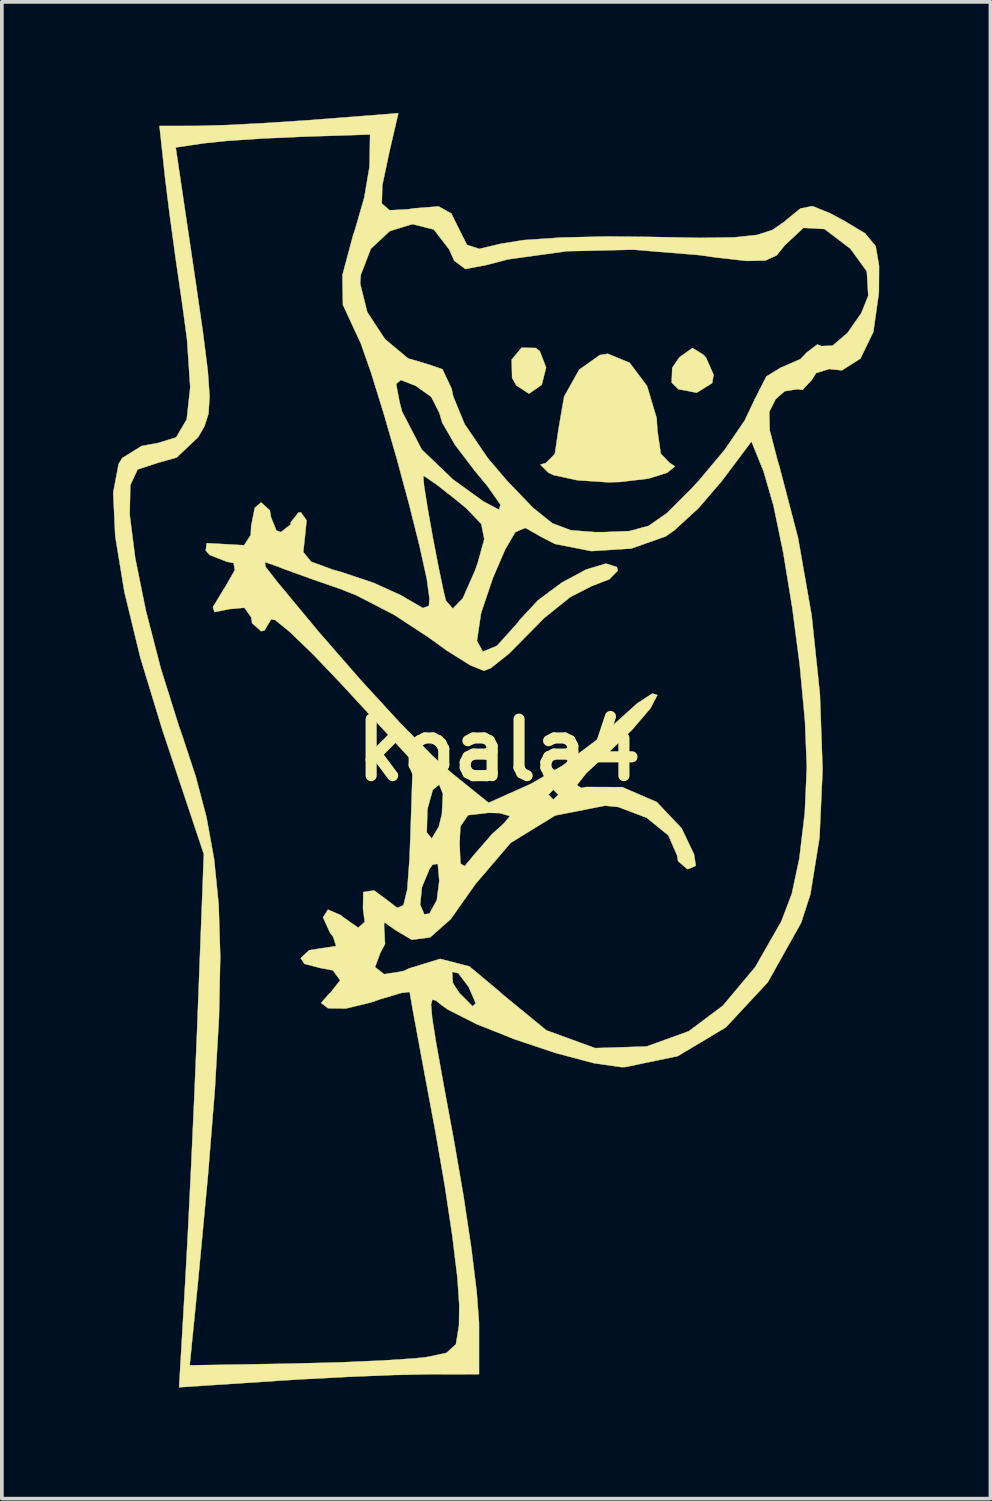
<source format=kicad_pcb>
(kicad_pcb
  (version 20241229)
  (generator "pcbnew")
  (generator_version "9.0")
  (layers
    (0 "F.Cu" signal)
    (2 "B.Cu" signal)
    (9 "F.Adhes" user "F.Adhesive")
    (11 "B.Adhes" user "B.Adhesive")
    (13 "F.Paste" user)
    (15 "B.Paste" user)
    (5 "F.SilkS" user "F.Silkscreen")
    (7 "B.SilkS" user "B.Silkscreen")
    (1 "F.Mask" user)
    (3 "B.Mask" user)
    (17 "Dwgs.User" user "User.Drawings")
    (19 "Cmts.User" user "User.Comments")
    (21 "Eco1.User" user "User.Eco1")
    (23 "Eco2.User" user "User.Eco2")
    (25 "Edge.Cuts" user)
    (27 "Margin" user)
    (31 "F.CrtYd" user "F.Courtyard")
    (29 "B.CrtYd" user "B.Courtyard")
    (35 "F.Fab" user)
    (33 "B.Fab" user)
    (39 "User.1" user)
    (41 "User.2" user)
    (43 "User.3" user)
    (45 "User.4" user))
  (footprint "koala4"
    (layer "F.Cu")
    (at 10.413 17.193)
    (property "Reference" "koala4" (at 0 0 0) (layer "F.SilkS") (effects (font (size 1.524 1.524) (thickness 0.3))))
    (attr through_hole)
    (fp_poly (pts (xy 0.995 -10.852) (xy 1.105 -10.766) (xy 1.275 -10.326) (xy 1.157 -9.858) (xy 0.823 -9.626) (xy 0.802 -9.625) (xy 0.472 -9.84) (xy 0.357 -10.044) (xy 0.346 -10.539) (xy 0.612 -10.859) (xy 0.995 -10.852)) (stroke (width 0.01) (type solid)) (fill yes) (layer "F.SilkS"))
    (fp_poly (pts (xy 5.525 -10.666) (xy 5.594 -10.586) (xy 5.795 -10.128) (xy 5.756 -9.904) (xy 5.339 -9.644) (xy 4.842 -9.74) (xy 4.663 -9.918) (xy 4.679 -10.319) (xy 4.871 -10.6) (xy 5.225 -10.852) (xy 5.525 -10.666)) (stroke (width 0.01) (type solid)) (fill yes) (layer "F.SilkS"))
    (fp_poly (pts (xy 3.529 -10.453) (xy 4 -9.826) (xy 4.257 -8.964) (xy 4.278 -8.63) (xy 4.37 -7.998) (xy 4.609 -7.75) (xy 4.612 -7.75) (xy 4.751 -7.657) (xy 4.545 -7.486) (xy 4.041 -7.327) (xy 3.256 -7.235) (xy 2.941 -7.227) (xy 2.115 -7.282) (xy 1.476 -7.421) (xy 1.337 -7.486) (xy 1.119 -7.703) (xy 1.27 -7.75) (xy 1.511 -7.993) (xy 1.604 -8.621) (xy 1.604 -8.63) (xy 1.761 -9.539) (xy 2.167 -10.266) (xy 2.725 -10.662) (xy 2.941 -10.695) (xy 3.529 -10.453)) (stroke (width 0.01) (type solid)) (fill yes) (layer "F.SilkS"))
    (fp_poly (pts (xy -2.954 -16.147) (xy -3.146 -15.242) (xy -3.159 -14.75) (xy -2.947 -14.569) (xy -2.464 -14.593) (xy -2.279 -14.622) (xy -1.627 -14.673) (xy -1.283 -14.481) (xy -1.088 -14.086) (xy -0.861 -13.636) (xy -0.532 -13.526) (xy 0.054 -13.665) (xy 0.676 -13.765) (xy 1.683 -13.833) (xy 2.927 -13.862) (xy 4.049 -13.85) (xy 5.41 -13.824) (xy 6.346 -13.837) (xy 6.965 -13.903) (xy 7.375 -14.034) (xy 7.686 -14.245) (xy 7.744 -14.296) (xy 8.135 -14.615) (xy 8.461 -14.681) (xy 8.933 -14.491) (xy 9.31 -14.289) (xy 9.883 -13.946) (xy 10.169 -13.601) (xy 10.261 -13.065) (xy 10.256 -12.343) (xy 10.107 -11.287) (xy 9.757 -10.564) (xy 9.257 -10.248) (xy 8.912 -10.284) (xy 8.562 -10.175) (xy 8.446 -9.992) (xy 8.195 -9.72) (xy 8.053 -9.739) (xy 7.713 -9.685) (xy 7.472 -9.475) (xy 7.297 -9.128) (xy 7.31 -8.628) (xy 7.522 -7.815) (xy 7.566 -7.673) (xy 8.074 -5.728) (xy 8.441 -3.636) (xy 8.664 -1.513) (xy 8.737 0.527) (xy 8.653 2.366) (xy 8.408 3.89) (xy 8.157 4.662) (xy 7.256 6.268) (xy 6.127 7.482) (xy 4.826 8.26) (xy 3.411 8.554) (xy 3.307 8.556) (xy 2.57 8.451) (xy 1.548 8.18) (xy 0.426 7.805) (xy -0.609 7.392) (xy -1.372 7.005) (xy -1.537 6.889) (xy -1.693 6.764) (xy -1.794 6.731) (xy -1.831 6.862) (xy -1.8 7.228) (xy -1.693 7.901) (xy -1.505 8.951) (xy -1.228 10.451) (xy -1.203 10.587) (xy -0.952 12.046) (xy -0.743 13.44) (xy -0.598 14.622) (xy -0.536 15.447) (xy -0.535 15.525) (xy -0.535 16.844) (xy -1.938 16.846) (xy -2.844 16.865) (xy -4.074 16.915) (xy -5.417 16.986) (xy -5.986 17.022) (xy -8.63 17.197) (xy -8.46 14.28) (xy -8.387 12.921) (xy -8.304 11.22) (xy -8.22 9.369) (xy -8.144 7.561) (xy -8.126 7.085) (xy -7.962 2.807) (xy -9.078 -0.535) (xy -9.677 -2.5) (xy -10.106 -4.269) (xy -10.353 -5.773) (xy -10.38 -6.355) (xy -9.963 -6.355) (xy -9.814 -5.184) (xy -9.525 -3.757) (xy -9.122 -2.199) (xy -8.629 -0.63) (xy -8.548 -0.401) (xy -8.177 0.724) (xy -7.89 1.814) (xy -7.685 2.94) (xy -7.562 4.168) (xy -7.519 5.567) (xy -7.553 7.205) (xy -7.664 9.151) (xy -7.85 11.472) (xy -8.109 14.237) (xy -8.189 15.053) (xy -8.344 16.603) (xy -5.576 16.557) (xy -4.31 16.524) (xy -3.154 16.474) (xy -2.272 16.416) (xy -1.938 16.379) (xy -1.414 16.267) (xy -1.159 16.035) (xy -1.076 15.525) (xy -1.069 14.978) (xy -1.12 14.229) (xy -1.257 13.103) (xy -1.461 11.747) (xy -1.711 10.306) (xy -1.738 10.16) (xy -1.983 8.854) (xy -2.187 7.752) (xy -2.334 6.952) (xy -2.403 6.552) (xy -2.406 6.527) (xy -2.63 6.553) (xy -3.192 6.721) (xy -3.469 6.815) (xy -4.128 6.974) (xy -4.609 6.968) (xy -4.797 6.824) (xy -4.576 6.57) (xy -4.55 6.553) (xy -4.283 6.213) (xy -4.479 5.943) (xy -4.813 5.882) (xy -5.247 5.77) (xy -5.347 5.615) (xy -5.122 5.402) (xy -4.78 5.347) (xy -4.393 5.29) (xy -4.471 5.04) (xy -4.551 4.94) (xy -4.746 4.517) (xy -4.612 4.306) (xy -4.262 4.457) (xy -4.22 4.496) (xy -3.796 4.794) (xy -3.62 4.637) (xy -3.666 4.278) (xy -3.659 3.83) (xy -3.366 3.788) (xy -2.999 4.06) (xy -2.742 4.259) (xy -2.575 4.187) (xy -2.571 4.173) (xy -2.124 4.173) (xy -2.012 4.433) (xy -1.872 4.412) (xy -1.674 4.047) (xy -1.608 3.527) (xy -1.648 3.069) (xy -1.789 3.092) (xy -1.872 3.208) (xy -2.077 3.702) (xy -2.124 4.173) (xy -2.571 4.173) (xy -2.473 3.77) (xy -2.411 2.936) (xy -2.395 2.518) (xy -1.061 2.518) (xy -1.036 3.063) (xy -0.923 3.133) (xy -0.654 2.807) (xy -0.181 2.264) (xy 0.13 1.983) (xy 0.299 1.781) (xy 0.026 1.701) (xy -0.277 1.693) (xy -0.832 1.757) (xy -1.038 2.06) (xy -1.061 2.518) (xy -2.395 2.518) (xy -2.384 2.225) (xy -2.384 2.224) (xy -1.945 2.224) (xy -1.811 2.387) (xy -1.621 2.066) (xy -1.538 1.732) (xy -1.51 1.181) (xy -1.61 0.932) (xy -1.783 1.071) (xy -1.924 1.577) (xy -1.929 1.607) (xy -1.945 2.224) (xy -2.384 2.224) (xy -2.322 0.31) (xy -4.236 -1.767) (xy -5.013 -2.582) (xy -5.638 -3.186) (xy -6.039 -3.512) (xy -6.149 -3.526) (xy -6.326 -3.227) (xy -6.417 -3.208) (xy -6.658 -3.423) (xy -6.684 -3.584) (xy -6.868 -3.842) (xy -7.281 -3.804) (xy -7.673 -3.724) (xy -7.718 -3.858) (xy -7.439 -4.318) (xy -7.408 -4.364) (xy -7.124 -4.86) (xy -7.161 -5.056) (xy -7.289 -5.074) (xy -6.311 -5.074) (xy -6.301 -4.953) (xy -5.982 -4.542) (xy -4.857 -3.186) (xy -3.725 -1.888) (xy -2.675 -0.743) (xy -1.794 0.151) (xy -1.275 0.618) (xy -0.277 1.422) (xy 0.213 1.203) (xy 1.337 1.203) (xy 1.471 1.337) (xy 1.604 1.203) (xy 1.471 1.069) (xy 1.337 1.203) (xy 0.213 1.203) (xy 0.864 0.912) (xy 1.717 0.419) (xy 2.65 -0.282) (xy 3.142 -0.728) (xy 3.732 -1.26) (xy 4.143 -1.527) (xy 4.278 -1.486) (xy 4.09 -1.125) (xy 3.602 -0.555) (xy 3.008 0.017) (xy 2.36 0.623) (xy 2.107 0.944) (xy 2.22 1.022) (xy 2.358 0.996) (xy 3.331 1) (xy 4.261 1.402) (xy 4.927 2.104) (xy 4.954 2.155) (xy 5.266 2.809) (xy 5.316 3.122) (xy 5.118 3.208) (xy 5.08 3.208) (xy 4.836 2.995) (xy 4.813 2.849) (xy 4.576 2.303) (xy 3.987 1.825) (xy 3.221 1.536) (xy 2.861 1.501) (xy 1.521 1.765) (xy 0.316 2.505) (xy -0.627 3.61) (xy -1.301 4.564) (xy -1.854 5.054) (xy -2.351 5.119) (xy -2.786 4.861) (xy -3.092 4.644) (xy -3.098 4.758) (xy -3.072 5.234) (xy -3.198 5.469) (xy -3.342 5.856) (xy -3.097 6.048) (xy -2.693 5.986) (xy -1.263 5.986) (xy -1.241 6.283) (xy -1.075 6.544) (xy -0.708 6.913) (xy -0.623 6.835) (xy -0.814 6.394) (xy -1.095 6.022) (xy -1.263 5.986) (xy -2.693 5.986) (xy -2.594 5.972) (xy -2.429 5.894) (xy -1.585 5.634) (xy -0.796 5.838) (xy 0.035 6.531) (xy 0.063 6.562) (xy 1.281 7.562) (xy 2.597 8.042) (xy 3.988 7.998) (xy 5.123 7.588) (xy 6.043 6.9) (xy 6.919 5.854) (xy 7.624 4.62) (xy 7.906 3.877) (xy 8.11 2.919) (xy 8.256 1.692) (xy 8.311 0.464) (xy 8.261 -0.785) (xy 8.123 -2.267) (xy 7.92 -3.832) (xy 7.675 -5.328) (xy 7.41 -6.605) (xy 7.147 -7.512) (xy 7.123 -7.573) (xy 6.817 -8.328) (xy 6.015 -7.259) (xy 5.386 -6.527) (xy 4.735 -5.93) (xy 4.504 -5.768) (xy 3.574 -5.439) (xy 2.496 -5.37) (xy 1.515 -5.563) (xy 1.14 -5.756) (xy 0.713 -5.998) (xy 0.443 -5.881) (xy 0.174 -5.422) (xy -0.163 -4.64) (xy -0.465 -3.743) (xy -0.484 -3.676) (xy -0.592 -2.948) (xy -0.432 -2.658) (xy -0.052 -2.814) (xy 0.497 -3.424) (xy 0.556 -3.506) (xy 1.058 -4.044) (xy 1.7 -4.521) (xy 2.353 -4.872) (xy 2.891 -5.033) (xy 3.186 -4.94) (xy 3.208 -4.842) (xy 2.981 -4.609) (xy 2.509 -4.428) (xy 1.927 -4.129) (xy 1.224 -3.565) (xy 0.861 -3.196) (xy 0.271 -2.6) (xy -0.214 -2.216) (xy -0.401 -2.139) (xy -0.774 -2.291) (xy -1.401 -2.683) (xy -1.895 -3.04) (xy -2.831 -3.654) (xy -3.852 -4.18) (xy -4.278 -4.348) (xy -5.113 -4.638) (xy -5.801 -4.889) (xy -5.982 -4.959) (xy -6.311 -5.074) (xy -7.289 -5.074) (xy -7.331 -5.08) (xy -7.805 -5.265) (xy -7.911 -5.386) (xy -7.885 -5.585) (xy -7.398 -5.558) (xy -7.392 -5.557) (xy -6.875 -5.528) (xy -6.697 -5.802) (xy -6.684 -6.053) (xy -6.588 -6.537) (xy -6.417 -6.684) (xy -6.18 -6.468) (xy -6.149 -6.283) (xy -6.005 -5.927) (xy -5.882 -5.882) (xy -5.623 -6.086) (xy -5.615 -6.149) (xy -5.411 -6.408) (xy -5.342 -6.417) (xy -5.19 -6.198) (xy -5.233 -5.765) (xy -5.279 -5.344) (xy -5.066 -5.084) (xy -4.476 -4.867) (xy -4.26 -4.808) (xy -3.389 -4.517) (xy -2.638 -4.176) (xy -2.497 -4.092) (xy -2.049 -3.833) (xy -1.888 -3.894) (xy -1.872 -4.085) (xy -1.945 -4.619) (xy -2.143 -5.518) (xy -2.428 -6.653) (xy -2.63 -7.399) (xy -2.041 -7.399) (xy -2.019 -7.136) (xy -1.921 -6.52) (xy -1.779 -5.722) (xy -1.623 -4.913) (xy -1.487 -4.266) (xy -1.428 -4.033) (xy -1.243 -3.818) (xy -0.973 -4.097) (xy -0.645 -4.841) (xy -0.562 -5.079) (xy -0.394 -5.695) (xy -0.474 -6.102) (xy -0.876 -6.523) (xy -1.125 -6.73) (xy -1.67 -7.158) (xy -2.001 -7.386) (xy -2.041 -7.399) (xy -2.63 -7.399) (xy -2.764 -7.895) (xy -3.117 -9.115) (xy -3.355 -9.881) (xy -2.772 -9.881) (xy -2.682 -9.403) (xy -2.612 -9.136) (xy -2.081 -8.111) (xy -1.242 -7.307) (xy -0.423 -6.715) (xy 0.005 -6.487) (xy 0.043 -6.624) (xy -0.31 -7.127) (xy -0.648 -7.534) (xy -1.183 -8.237) (xy -1.53 -8.839) (xy -1.604 -9.096) (xy -1.824 -9.531) (xy -2.239 -9.829) (xy -2.644 -9.988) (xy -2.772 -9.881) (xy -3.355 -9.881) (xy -3.449 -10.184) (xy -3.725 -10.974) (xy -3.892 -11.332) (xy -4.208 -12.014) (xy -4.218 -12.589) (xy -3.743 -12.589) (xy -3.552 -11.821) (xy -3.073 -11.091) (xy -2.451 -10.572) (xy -1.96 -10.427) (xy -1.523 -10.28) (xy -1.276 -9.756) (xy -1.231 -9.544) (xy -0.924 -8.798) (xy -0.294 -7.873) (xy 0.219 -7.271) (xy 0.922 -6.539) (xy 1.442 -6.122) (xy 1.942 -5.933) (xy 2.589 -5.883) (xy 2.807 -5.882) (xy 3.518 -5.91) (xy 4.04 -6.051) (xy 4.537 -6.396) (xy 5.171 -7.03) (xy 5.407 -7.284) (xy 6.093 -8.104) (xy 6.633 -8.892) (xy 6.905 -9.466) (xy 7.219 -10.084) (xy 7.604 -10.319) (xy 8.137 -10.551) (xy 8.314 -10.736) (xy 8.593 -10.946) (xy 8.703 -10.904) (xy 9.005 -10.914) (xy 9.41 -11.26) (xy 9.784 -11.798) (xy 9.969 -12.262) (xy 9.93 -12.92) (xy 9.486 -13.532) (xy 8.789 -14.062) (xy 8.22 -14.094) (xy 7.723 -13.63) (xy 7.719 -13.625) (xy 7.493 -13.349) (xy 7.194 -13.213) (xy 6.689 -13.201) (xy 5.843 -13.297) (xy 5.401 -13.359) (xy 3.623 -13.505) (xy 1.834 -13.463) (xy 0.249 -13.244) (xy -0.345 -13.089) (xy -0.904 -12.983) (xy -1.204 -13.206) (xy -1.341 -13.512) (xy -1.754 -14.048) (xy -2.334 -14.195) (xy -2.946 -14.005) (xy -3.456 -13.529) (xy -3.728 -12.819) (xy -3.743 -12.589) (xy -4.218 -12.589) (xy -4.221 -12.824) (xy -3.93 -13.908) (xy -3.885 -14.037) (xy -3.632 -14.913) (xy -3.495 -15.722) (xy -3.488 -15.86) (xy -3.476 -16.613) (xy -5.316 -16.553) (xy -6.385 -16.505) (xy -7.349 -16.44) (xy -7.939 -16.379) (xy -8.721 -16.264) (xy -8.192 -12.699) (xy -7.983 -11.252) (xy -7.855 -10.233) (xy -7.807 -9.542) (xy -7.837 -9.077) (xy -7.945 -8.739) (xy -8.116 -8.444) (xy -8.697 -7.894) (xy -9.199 -7.754) (xy -9.75 -7.573) (xy -9.946 -7.15) (xy -9.963 -6.355) (xy -10.38 -6.355) (xy -10.408 -6.946) (xy -10.263 -7.72) (xy -10.165 -7.881) (xy -9.641 -8.207) (xy -9.197 -8.288) (xy -8.71 -8.439) (xy -8.424 -8.925) (xy -8.329 -9.793) (xy -8.417 -11.092) (xy -8.543 -12.027) (xy -8.723 -13.267) (xy -8.888 -14.48) (xy -9.007 -15.438) (xy -9.022 -15.574) (xy -9.159 -16.844) (xy -8.122 -16.846) (xy -7.348 -16.868) (xy -6.259 -16.925) (xy -5.071 -17.004) (xy -4.899 -17.018) (xy -2.713 -17.188) (xy -2.954 -16.147)) (stroke (width 0.01) (type solid)) (fill yes) (layer "F.SilkS")))
  (gr_rect
    (start -3 -3)
    (end 23.68 37.395)
    (stroke (width 0.1) (type default))
    (fill no)
    (layer "Edge.Cuts")))
</source>
